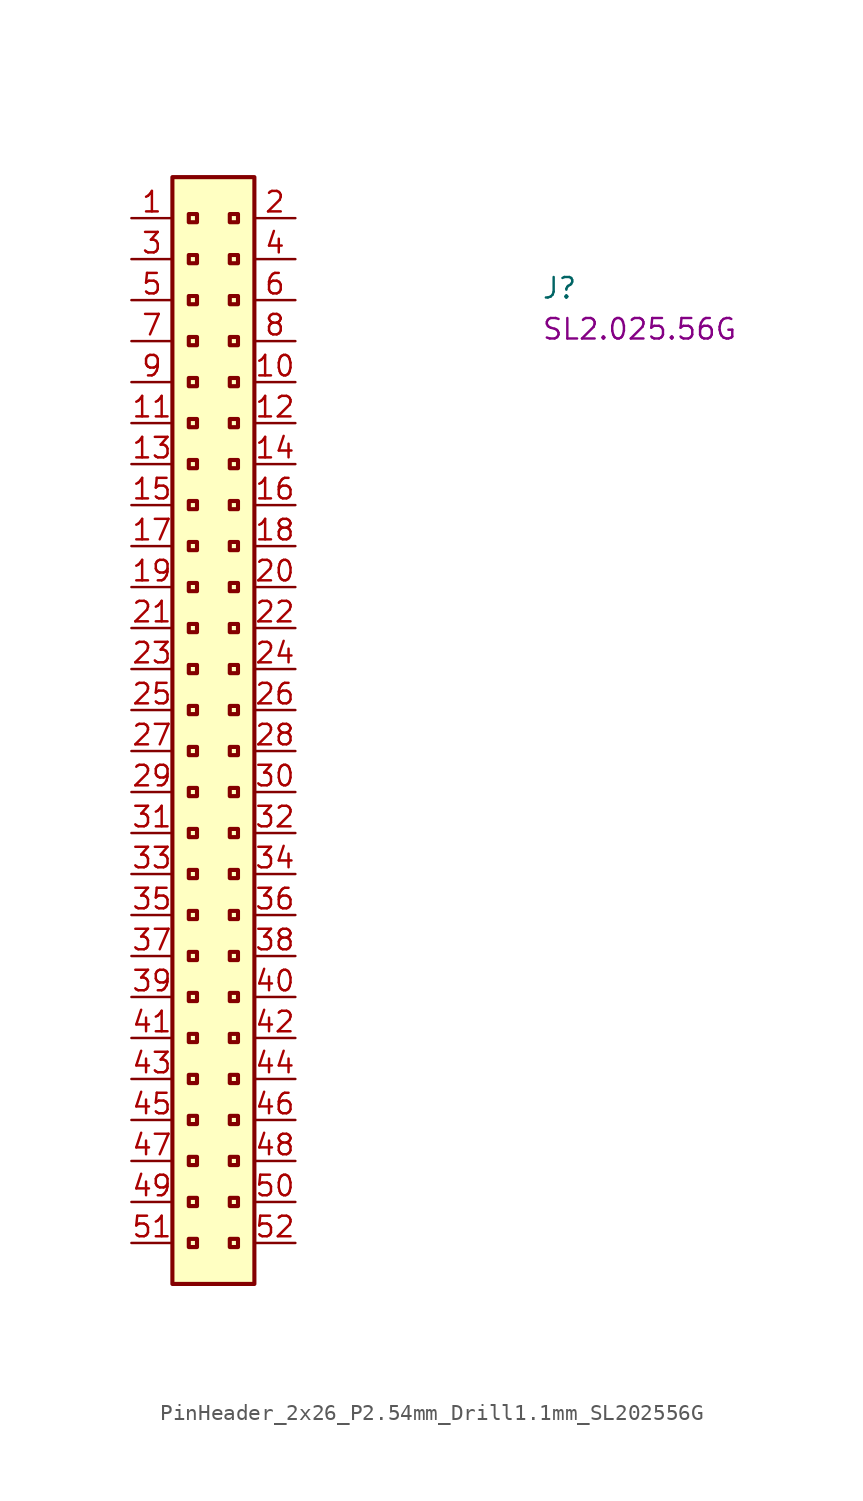
<source format=kicad_sym>
(kicad_symbol_lib
  (version 20220914)
  (generator kicad_symbol_editor)
  (symbol "PinHeader_2x26_P2.54mm_Drill1.1mm_SL202556G"
    (property "Reference" "J"
      (at 25.4 -5.08 0)
      (effects (font (size 1.27 1.27) (thickness 0.15)) (justify left bottom)))
    (property "MPN" "SL2.025.56G"
      (at 25.4 -7.62 0)
      (effects (font (size 1.27 1.27) (thickness 0.15)) (justify left bottom)))
    (symbol "PinHeader_2x26_P2.54mm_Drill1.1mm_SL202556G_1_1"
      (rectangle (start 2.54 2.54) (end 7.62 -66.04) (stroke (width 0.254) (type default)) (fill (type background)))
      (rectangle (start 3.556 -63.246) (end 4.064 -63.754) (stroke (width 0.254) (type default)) (fill (type background)))
      (rectangle (start 3.556 -60.706) (end 4.064 -61.214) (stroke (width 0.254) (type default)) (fill (type background)))
      (rectangle (start 3.556 -58.166) (end 4.064 -58.674) (stroke (width 0.254) (type default)) (fill (type background)))
      (rectangle (start 3.556 -55.626) (end 4.064 -56.134) (stroke (width 0.254) (type default)) (fill (type background)))
      (rectangle (start 3.556 -53.086) (end 4.064 -53.594) (stroke (width 0.254) (type default)) (fill (type background)))
      (rectangle (start 3.556 -50.546) (end 4.064 -51.054) (stroke (width 0.254) (type default)) (fill (type background)))
      (rectangle (start 3.556 -48.006) (end 4.064 -48.514) (stroke (width 0.254) (type default)) (fill (type background)))
      (rectangle (start 3.556 -45.466) (end 4.064 -45.974) (stroke (width 0.254) (type default)) (fill (type background)))
      (rectangle (start 3.556 -42.926) (end 4.064 -43.434) (stroke (width 0.254) (type default)) (fill (type background)))
      (rectangle (start 3.556 -40.386) (end 4.064 -40.894) (stroke (width 0.254) (type default)) (fill (type background)))
      (rectangle (start 3.556 -37.846) (end 4.064 -38.354) (stroke (width 0.254) (type default)) (fill (type background)))
      (rectangle (start 3.556 -35.306) (end 4.064 -35.814) (stroke (width 0.254) (type default)) (fill (type background)))
      (rectangle (start 3.556 -32.766) (end 4.064 -33.274) (stroke (width 0.254) (type default)) (fill (type background)))
      (rectangle (start 3.556 -30.226) (end 4.064 -30.734) (stroke (width 0.254) (type default)) (fill (type background)))
      (rectangle (start 3.556 -27.686) (end 4.064 -28.194) (stroke (width 0.254) (type default)) (fill (type background)))
      (rectangle (start 3.556 -25.146) (end 4.064 -25.654) (stroke (width 0.254) (type default)) (fill (type background)))
      (rectangle (start 3.556 -22.606) (end 4.064 -23.114) (stroke (width 0.254) (type default)) (fill (type background)))
      (rectangle (start 3.556 -20.066) (end 4.064 -20.574) (stroke (width 0.254) (type default)) (fill (type background)))
      (rectangle (start 3.556 -17.526) (end 4.064 -18.034) (stroke (width 0.254) (type default)) (fill (type background)))
      (rectangle (start 3.556 -14.986) (end 4.064 -15.494) (stroke (width 0.254) (type default)) (fill (type background)))
      (rectangle (start 3.556 -12.446) (end 4.064 -12.954) (stroke (width 0.254) (type default)) (fill (type background)))
      (rectangle (start 3.556 -9.906) (end 4.064 -10.414) (stroke (width 0.254) (type default)) (fill (type background)))
      (rectangle (start 3.556 -7.366) (end 4.064 -7.874) (stroke (width 0.254) (type default)) (fill (type background)))
      (rectangle (start 3.556 -4.826) (end 4.064 -5.334) (stroke (width 0.254) (type default)) (fill (type background)))
      (rectangle (start 3.556 -2.286) (end 4.064 -2.794) (stroke (width 0.254) (type default)) (fill (type background)))
      (rectangle (start 3.556 0.254) (end 4.064 -0.254) (stroke (width 0.254) (type default)) (fill (type background)))
      (rectangle (start 6.096 -63.246) (end 6.604 -63.754) (stroke (width 0.254) (type default)) (fill (type background)))
      (rectangle (start 6.096 -60.706) (end 6.604 -61.214) (stroke (width 0.254) (type default)) (fill (type background)))
      (rectangle (start 6.096 -58.166) (end 6.604 -58.674) (stroke (width 0.254) (type default)) (fill (type background)))
      (rectangle (start 6.096 -55.626) (end 6.604 -56.134) (stroke (width 0.254) (type default)) (fill (type background)))
      (rectangle (start 6.096 -53.086) (end 6.604 -53.594) (stroke (width 0.254) (type default)) (fill (type background)))
      (rectangle (start 6.096 -50.546) (end 6.604 -51.054) (stroke (width 0.254) (type default)) (fill (type background)))
      (rectangle (start 6.096 -48.006) (end 6.604 -48.514) (stroke (width 0.254) (type default)) (fill (type background)))
      (rectangle (start 6.096 -45.466) (end 6.604 -45.974) (stroke (width 0.254) (type default)) (fill (type background)))
      (rectangle (start 6.096 -42.926) (end 6.604 -43.434) (stroke (width 0.254) (type default)) (fill (type background)))
      (rectangle (start 6.096 -40.386) (end 6.604 -40.894) (stroke (width 0.254) (type default)) (fill (type background)))
      (rectangle (start 6.096 -37.846) (end 6.604 -38.354) (stroke (width 0.254) (type default)) (fill (type background)))
      (rectangle (start 6.096 -35.306) (end 6.604 -35.814) (stroke (width 0.254) (type default)) (fill (type background)))
      (rectangle (start 6.096 -32.766) (end 6.604 -33.274) (stroke (width 0.254) (type default)) (fill (type background)))
      (rectangle (start 6.096 -30.226) (end 6.604 -30.734) (stroke (width 0.254) (type default)) (fill (type background)))
      (rectangle (start 6.096 -27.686) (end 6.604 -28.194) (stroke (width 0.254) (type default)) (fill (type background)))
      (rectangle (start 6.096 -25.146) (end 6.604 -25.654) (stroke (width 0.254) (type default)) (fill (type background)))
      (rectangle (start 6.096 -22.606) (end 6.604 -23.114) (stroke (width 0.254) (type default)) (fill (type background)))
      (rectangle (start 6.096 -20.066) (end 6.604 -20.574) (stroke (width 0.254) (type default)) (fill (type background)))
      (rectangle (start 6.096 -17.526) (end 6.604 -18.034) (stroke (width 0.254) (type default)) (fill (type background)))
      (rectangle (start 6.096 -14.986) (end 6.604 -15.494) (stroke (width 0.254) (type default)) (fill (type background)))
      (rectangle (start 6.096 -12.446) (end 6.604 -12.954) (stroke (width 0.254) (type default)) (fill (type background)))
      (rectangle (start 6.096 -9.906) (end 6.604 -10.414) (stroke (width 0.254) (type default)) (fill (type background)))
      (rectangle (start 6.096 -7.366) (end 6.604 -7.874) (stroke (width 0.254) (type default)) (fill (type background)))
      (rectangle (start 6.096 -4.826) (end 6.604 -5.334) (stroke (width 0.254) (type default)) (fill (type background)))
      (rectangle (start 6.096 -2.286) (end 6.604 -2.794) (stroke (width 0.254) (type default)) (fill (type background)))
      (rectangle (start 6.096 0.254) (end 6.604 -0.254) (stroke (width 0.254) (type default)) (fill (type background)))
      (text "" (at 2.54 -63.5 0) (effects (font (size 1.27 1.27) (thickness 0.15)) (justify left bottom)))
      (text "" (at 2.54 -60.96 0) (effects (font (size 1.27 1.27) (thickness 0.15)) (justify left bottom)))
      (text "" (at 2.54 -58.42 0) (effects (font (size 1.27 1.27) (thickness 0.15)) (justify left bottom)))
      (text "" (at 2.54 -55.88 0) (effects (font (size 1.27 1.27) (thickness 0.15)) (justify left bottom)))
      (text "" (at 2.54 -53.34 0) (effects (font (size 1.27 1.27) (thickness 0.15)) (justify left bottom)))
      (text "" (at 2.54 -50.8 0) (effects (font (size 1.27 1.27) (thickness 0.15)) (justify left bottom)))
      (text "" (at 2.54 -48.26 0) (effects (font (size 1.27 1.27) (thickness 0.15)) (justify left bottom)))
      (text "" (at 2.54 -43.18 0) (effects (font (size 1.27 1.27) (thickness 0.15)) (justify left bottom)))
      (text "" (at 2.54 -40.64 0) (effects (font (size 1.27 1.27) (thickness 0.15)) (justify left bottom)))
      (text "" (at 2.54 -40.64 0) (effects (font (size 1.27 1.27) (thickness 0.15)) (justify left bottom)))
      (pin passive line (at 0 0 0) (length 2.54) (name "~" (effects (font (size 1.27 1.27)))) (number "1" (effects (font (size 1.27 1.27)))))
      (pin passive line (at 10.16 -10.16 180) (length 2.54) (name "~" (effects (font (size 1.27 1.27)))) (number "10" (effects (font (size 1.27 1.27)))))
      (pin passive line (at 0 -12.7 0) (length 2.54) (name "~" (effects (font (size 1.27 1.27)))) (number "11" (effects (font (size 1.27 1.27)))))
      (pin passive line (at 10.16 -12.7 180) (length 2.54) (name "~" (effects (font (size 1.27 1.27)))) (number "12" (effects (font (size 1.27 1.27)))))
      (pin passive line (at 0 -15.24 0) (length 2.54) (name "~" (effects (font (size 1.27 1.27)))) (number "13" (effects (font (size 1.27 1.27)))))
      (pin passive line (at 10.16 -15.24 180) (length 2.54) (name "~" (effects (font (size 1.27 1.27)))) (number "14" (effects (font (size 1.27 1.27)))))
      (pin passive line (at 0 -17.78 0) (length 2.54) (name "~" (effects (font (size 1.27 1.27)))) (number "15" (effects (font (size 1.27 1.27)))))
      (pin passive line (at 10.16 -17.78 180) (length 2.54) (name "~" (effects (font (size 1.27 1.27)))) (number "16" (effects (font (size 1.27 1.27)))))
      (pin passive line (at 0 -20.32 0) (length 2.54) (name "~" (effects (font (size 1.27 1.27)))) (number "17" (effects (font (size 1.27 1.27)))))
      (pin passive line (at 10.16 -20.32 180) (length 2.54) (name "~" (effects (font (size 1.27 1.27)))) (number "18" (effects (font (size 1.27 1.27)))))
      (pin passive line (at 0 -22.86 0) (length 2.54) (name "~" (effects (font (size 1.27 1.27)))) (number "19" (effects (font (size 1.27 1.27)))))
      (pin passive line (at 10.16 0 180) (length 2.54) (name "~" (effects (font (size 1.27 1.27)))) (number "2" (effects (font (size 1.27 1.27)))))
      (pin passive line (at 10.16 -22.86 180) (length 2.54) (name "~" (effects (font (size 1.27 1.27)))) (number "20" (effects (font (size 1.27 1.27)))))
      (pin passive line (at 0 -25.4 0) (length 2.54) (name "~" (effects (font (size 1.27 1.27)))) (number "21" (effects (font (size 1.27 1.27)))))
      (pin passive line (at 10.16 -25.4 180) (length 2.54) (name "~" (effects (font (size 1.27 1.27)))) (number "22" (effects (font (size 1.27 1.27)))))
      (pin passive line (at 0 -27.94 0) (length 2.54) (name "~" (effects (font (size 1.27 1.27)))) (number "23" (effects (font (size 1.27 1.27)))))
      (pin passive line (at 10.16 -27.94 180) (length 2.54) (name "~" (effects (font (size 1.27 1.27)))) (number "24" (effects (font (size 1.27 1.27)))))
      (pin passive line (at 0 -30.48 0) (length 2.54) (name "~" (effects (font (size 1.27 1.27)))) (number "25" (effects (font (size 1.27 1.27)))))
      (pin passive line (at 10.16 -30.48 180) (length 2.54) (name "~" (effects (font (size 1.27 1.27)))) (number "26" (effects (font (size 1.27 1.27)))))
      (pin passive line (at 0 -33.02 0) (length 2.54) (name "~" (effects (font (size 1.27 1.27)))) (number "27" (effects (font (size 1.27 1.27)))))
      (pin passive line (at 10.16 -33.02 180) (length 2.54) (name "~" (effects (font (size 1.27 1.27)))) (number "28" (effects (font (size 1.27 1.27)))))
      (pin passive line (at 0 -35.56 0) (length 2.54) (name "~" (effects (font (size 1.27 1.27)))) (number "29" (effects (font (size 1.27 1.27)))))
      (pin passive line (at 0 -2.54 0) (length 2.54) (name "~" (effects (font (size 1.27 1.27)))) (number "3" (effects (font (size 1.27 1.27)))))
      (pin passive line (at 10.16 -35.56 180) (length 2.54) (name "~" (effects (font (size 1.27 1.27)))) (number "30" (effects (font (size 1.27 1.27)))))
      (pin passive line (at 0 -38.1 0) (length 2.54) (name "~" (effects (font (size 1.27 1.27)))) (number "31" (effects (font (size 1.27 1.27)))))
      (pin passive line (at 10.16 -38.1 180) (length 2.54) (name "~" (effects (font (size 1.27 1.27)))) (number "32" (effects (font (size 1.27 1.27)))))
      (pin passive line (at 0 -40.64 0) (length 2.54) (name "~" (effects (font (size 1.27 1.27)))) (number "33" (effects (font (size 1.27 1.27)))))
      (pin passive line (at 10.16 -40.64 180) (length 2.54) (name "~" (effects (font (size 1.27 1.27)))) (number "34" (effects (font (size 1.27 1.27)))))
      (pin passive line (at 0 -43.18 0) (length 2.54) (name "~" (effects (font (size 1.27 1.27)))) (number "35" (effects (font (size 1.27 1.27)))))
      (pin passive line (at 10.16 -43.18 180) (length 2.54) (name "~" (effects (font (size 1.27 1.27)))) (number "36" (effects (font (size 1.27 1.27)))))
      (pin passive line (at 0 -45.72 0) (length 2.54) (name "~" (effects (font (size 1.27 1.27)))) (number "37" (effects (font (size 1.27 1.27)))))
      (pin passive line (at 10.16 -45.72 180) (length 2.54) (name "~" (effects (font (size 1.27 1.27)))) (number "38" (effects (font (size 1.27 1.27)))))
      (pin passive line (at 0 -48.26 0) (length 2.54) (name "~" (effects (font (size 1.27 1.27)))) (number "39" (effects (font (size 1.27 1.27)))))
      (pin passive line (at 10.16 -2.54 180) (length 2.54) (name "~" (effects (font (size 1.27 1.27)))) (number "4" (effects (font (size 1.27 1.27)))))
      (pin passive line (at 10.16 -48.26 180) (length 2.54) (name "~" (effects (font (size 1.27 1.27)))) (number "40" (effects (font (size 1.27 1.27)))))
      (pin passive line (at 0 -50.8 0) (length 2.54) (name "~" (effects (font (size 1.27 1.27)))) (number "41" (effects (font (size 1.27 1.27)))))
      (pin passive line (at 10.16 -50.8 180) (length 2.54) (name "~" (effects (font (size 1.27 1.27)))) (number "42" (effects (font (size 1.27 1.27)))))
      (pin passive line (at 0 -53.34 0) (length 2.54) (name "~" (effects (font (size 1.27 1.27)))) (number "43" (effects (font (size 1.27 1.27)))))
      (pin passive line (at 10.16 -53.34 180) (length 2.54) (name "~" (effects (font (size 1.27 1.27)))) (number "44" (effects (font (size 1.27 1.27)))))
      (pin passive line (at 0 -55.88 0) (length 2.54) (name "~" (effects (font (size 1.27 1.27)))) (number "45" (effects (font (size 1.27 1.27)))))
      (pin passive line (at 10.16 -55.88 180) (length 2.54) (name "~" (effects (font (size 1.27 1.27)))) (number "46" (effects (font (size 1.27 1.27)))))
      (pin passive line (at 0 -58.42 0) (length 2.54) (name "~" (effects (font (size 1.27 1.27)))) (number "47" (effects (font (size 1.27 1.27)))))
      (pin passive line (at 10.16 -58.42 180) (length 2.54) (name "~" (effects (font (size 1.27 1.27)))) (number "48" (effects (font (size 1.27 1.27)))))
      (pin passive line (at 0 -60.96 0) (length 2.54) (name "~" (effects (font (size 1.27 1.27)))) (number "49" (effects (font (size 1.27 1.27)))))
      (pin passive line (at 0 -5.08 0) (length 2.54) (name "~" (effects (font (size 1.27 1.27)))) (number "5" (effects (font (size 1.27 1.27)))))
      (pin passive line (at 10.16 -60.96 180) (length 2.54) (name "~" (effects (font (size 1.27 1.27)))) (number "50" (effects (font (size 1.27 1.27)))))
      (pin passive line (at 0 -63.5 0) (length 2.54) (name "~" (effects (font (size 1.27 1.27)))) (number "51" (effects (font (size 1.27 1.27)))))
      (pin passive line (at 10.16 -63.5 180) (length 2.54) (name "~" (effects (font (size 1.27 1.27)))) (number "52" (effects (font (size 1.27 1.27)))))
      (pin passive line (at 10.16 -5.08 180) (length 2.54) (name "~" (effects (font (size 1.27 1.27)))) (number "6" (effects (font (size 1.27 1.27)))))
      (pin passive line (at 0 -7.62 0) (length 2.54) (name "~" (effects (font (size 1.27 1.27)))) (number "7" (effects (font (size 1.27 1.27)))))
      (pin passive line (at 10.16 -7.62 180) (length 2.54) (name "~" (effects (font (size 1.27 1.27)))) (number "8" (effects (font (size 1.27 1.27)))))
      (pin passive line (at 0 -10.16 0) (length 2.54) (name "~" (effects (font (size 1.27 1.27)))) (number "9" (effects (font (size 1.27 1.27))))))))
</source>
